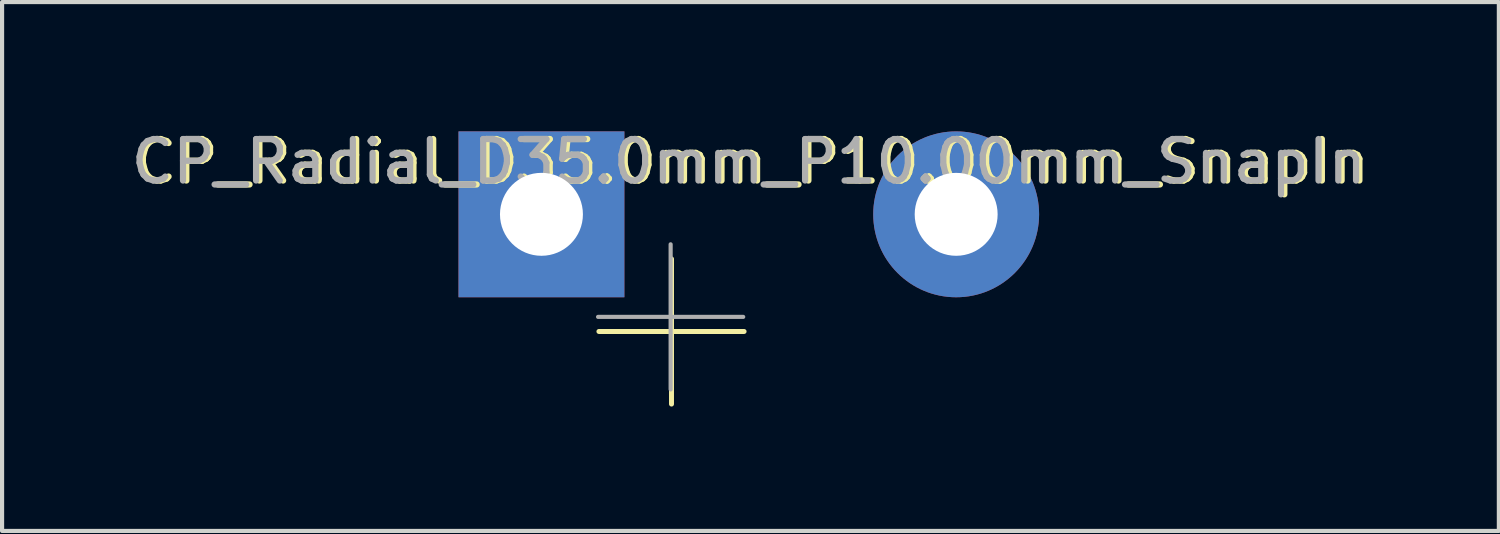
<source format=kicad_pcb>
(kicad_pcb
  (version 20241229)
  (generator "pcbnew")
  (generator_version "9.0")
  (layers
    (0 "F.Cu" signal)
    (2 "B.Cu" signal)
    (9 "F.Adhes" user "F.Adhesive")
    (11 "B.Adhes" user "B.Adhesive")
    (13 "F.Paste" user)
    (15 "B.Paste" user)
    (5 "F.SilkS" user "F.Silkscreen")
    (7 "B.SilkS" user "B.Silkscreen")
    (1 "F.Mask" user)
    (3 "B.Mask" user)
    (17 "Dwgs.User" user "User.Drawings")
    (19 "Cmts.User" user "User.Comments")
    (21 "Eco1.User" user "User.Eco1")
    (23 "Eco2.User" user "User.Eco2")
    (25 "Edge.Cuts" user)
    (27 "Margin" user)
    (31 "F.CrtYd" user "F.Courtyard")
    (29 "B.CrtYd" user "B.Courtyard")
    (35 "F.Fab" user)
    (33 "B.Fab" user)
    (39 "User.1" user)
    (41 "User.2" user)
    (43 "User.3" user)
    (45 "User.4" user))
  (footprint "CP_Radial_D35.0mm_P10.00mm_SnapIn"
    (layer "F.Cu")
    (at 10.006 2.118)
    (property "Reference" "CP_Radial_D35.0mm_P10.00mm_SnapIn" (at 5.08 -1.27 0) (layer "F.SilkS") (effects (font (size 1 1) (thickness 0.15))))
    (attr through_hole)
    (fp_line (start 1.386 2.825) (end 4.886 2.825) (stroke (width 0.12) (type solid)) (layer "F.SilkS"))
    (fp_line (start 3.136 1.075) (end 3.136 4.575) (stroke (width 0.12) (type solid)) (layer "F.SilkS"))
    (fp_line (start 1.365 2.473) (end 4.865 2.473) (stroke (width 0.1) (type solid)) (layer "F.Fab"))
    (fp_line (start 3.115 0.723) (end 3.115 4.223) (stroke (width 0.1) (type solid)) (layer "F.Fab"))
    (fp_text user "${REFERENCE}" (at 5 -1.27 180) (layer "F.Fab") (effects (font (size 1 1) (thickness 0.15))))
    (pad "1" thru_hole rect (at 0 0) (size 4 4) (drill 2) (layers "*.Cu" "*.Mask"))
    (pad "2" thru_hole circle (at 10 0) (size 4 4) (drill 2) (layers "*.Cu" "*.Mask")))
  (gr_rect
    (start -3 -3)
    (end 33.092 9.753)
    (stroke (width 0.1) (type default))
    (fill no)
    (layer "Edge.Cuts")))
</source>
